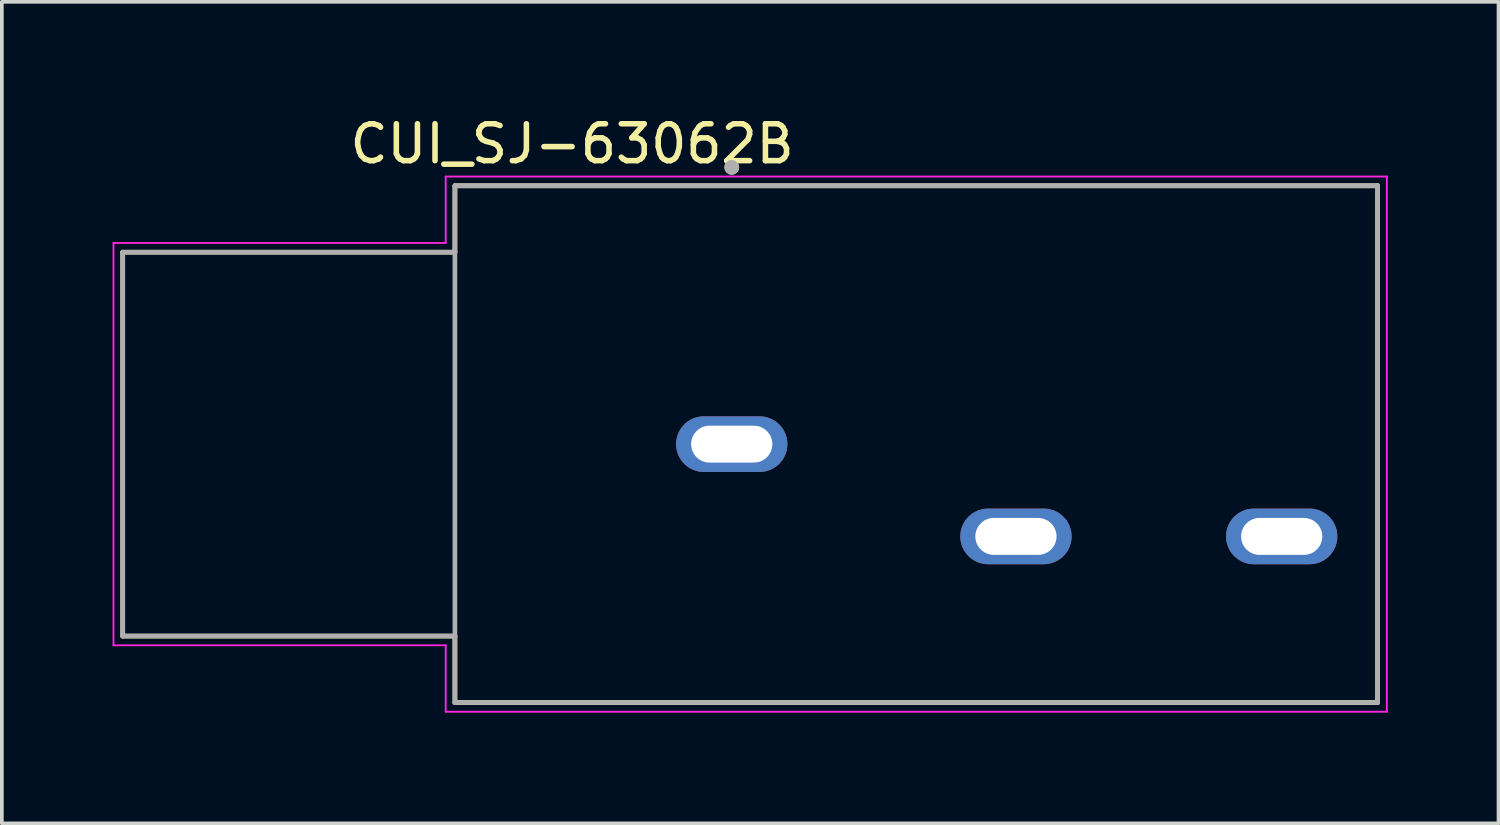
<source format=kicad_pcb>
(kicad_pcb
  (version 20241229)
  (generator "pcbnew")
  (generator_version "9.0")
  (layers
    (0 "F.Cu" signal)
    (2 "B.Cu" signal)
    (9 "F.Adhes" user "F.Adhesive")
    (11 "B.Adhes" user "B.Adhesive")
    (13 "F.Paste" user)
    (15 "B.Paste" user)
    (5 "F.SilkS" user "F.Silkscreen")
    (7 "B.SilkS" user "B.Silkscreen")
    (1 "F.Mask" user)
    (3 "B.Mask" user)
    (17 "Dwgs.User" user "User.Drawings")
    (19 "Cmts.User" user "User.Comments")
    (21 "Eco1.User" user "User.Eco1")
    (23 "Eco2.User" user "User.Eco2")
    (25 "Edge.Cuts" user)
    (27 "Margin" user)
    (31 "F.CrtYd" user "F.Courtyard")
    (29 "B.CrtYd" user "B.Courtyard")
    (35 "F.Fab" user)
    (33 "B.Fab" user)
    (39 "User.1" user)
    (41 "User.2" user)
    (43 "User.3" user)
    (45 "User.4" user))
  (footprint "CUI_SJ-63062B"
    (layer "F.Cu")
    (at 16.775 8.983)
    (property "Reference" "CUI_SJ-63062B" (at -4.325 -8.135 0) (layer "F.SilkS") (effects (font (size 1 1) (thickness 0.15))))
    (attr through_hole)
    (fp_line (start -16.5 -5.2) (end -16.5 5.2) (stroke (width 0.127) (type solid)) (layer "F.SilkS"))
    (fp_line (start -16.5 -5.2) (end -7.5 -5.2) (stroke (width 0.127) (type solid)) (layer "F.SilkS"))
    (fp_line (start -16.5 5.2) (end -7.5 5.2) (stroke (width 0.127) (type solid)) (layer "F.SilkS"))
    (fp_line (start -7.5 -7) (end 17.5 -7) (stroke (width 0.127) (type solid)) (layer "F.SilkS"))
    (fp_line (start -7.5 -5.2) (end -7.5 -7) (stroke (width 0.127) (type solid)) (layer "F.SilkS"))
    (fp_line (start -7.5 7) (end -7.5 5.2) (stroke (width 0.127) (type solid)) (layer "F.SilkS"))
    (fp_line (start 17.5 -7) (end 17.5 7) (stroke (width 0.127) (type solid)) (layer "F.SilkS"))
    (fp_line (start 17.5 7) (end -7.5 7) (stroke (width 0.127) (type solid)) (layer "F.SilkS"))
    (fp_circle (center 0 -7.5) (end 0.1 -7.5) (stroke (width 0.2) (type solid)) (fill no) (layer "F.SilkS"))
    (fp_line (start -16.75 -5.45) (end -16.75 5.45) (stroke (width 0.05) (type solid)) (layer "F.CrtYd"))
    (fp_line (start -16.75 -5.45) (end -7.75 -5.45) (stroke (width 0.05) (type solid)) (layer "F.CrtYd"))
    (fp_line (start -16.75 5.45) (end -7.75 5.45) (stroke (width 0.05) (type solid)) (layer "F.CrtYd"))
    (fp_line (start -7.75 -7.25) (end 17.75 -7.25) (stroke (width 0.05) (type solid)) (layer "F.CrtYd"))
    (fp_line (start -7.75 -5.45) (end -7.75 -7.25) (stroke (width 0.05) (type solid)) (layer "F.CrtYd"))
    (fp_line (start -7.75 7.25) (end -7.75 5.45) (stroke (width 0.05) (type solid)) (layer "F.CrtYd"))
    (fp_line (start 17.75 -7.25) (end 17.75 7.25) (stroke (width 0.05) (type solid)) (layer "F.CrtYd"))
    (fp_line (start 17.75 7.25) (end -7.75 7.25) (stroke (width 0.05) (type solid)) (layer "F.CrtYd"))
    (fp_line (start -16.5 -5.2) (end -16.5 5.2) (stroke (width 0.127) (type solid)) (layer "F.Fab"))
    (fp_line (start -16.5 -5.2) (end -7.5 -5.2) (stroke (width 0.127) (type solid)) (layer "F.Fab"))
    (fp_line (start -16.5 5.2) (end -7.5 5.2) (stroke (width 0.127) (type solid)) (layer "F.Fab"))
    (fp_line (start -7.5 -7) (end 17.5 -7) (stroke (width 0.127) (type solid)) (layer "F.Fab"))
    (fp_line (start -7.5 -5.2) (end -7.5 -7) (stroke (width 0.127) (type solid)) (layer "F.Fab"))
    (fp_line (start -7.5 5.2) (end -7.5 -5.2) (stroke (width 0.127) (type solid)) (layer "F.Fab"))
    (fp_line (start -7.5 7) (end -7.5 5.2) (stroke (width 0.127) (type solid)) (layer "F.Fab"))
    (fp_line (start 17.5 -7) (end 17.5 7) (stroke (width 0.127) (type solid)) (layer "F.Fab"))
    (fp_line (start 17.5 7) (end -7.5 7) (stroke (width 0.127) (type solid)) (layer "F.Fab"))
    (fp_circle (center 0 -7.5) (end 0.1 -7.5) (stroke (width 0.2) (type solid)) (fill no) (layer "F.Fab"))
    (pad "1" thru_hole oval (at 0 0) (size 3.016 1.508) (drill oval 2.2 1) (layers "*.Cu" "*.Mask"))
    (pad "2" thru_hole oval (at 14.9 2.5) (size 3.016 1.508) (drill oval 2.2 1) (layers "*.Cu" "*.Mask"))
    (pad "4" thru_hole oval (at 7.7 2.5) (size 3.016 1.508) (drill oval 2.2 1) (layers "*.Cu" "*.Mask")))
  (gr_rect
    (start -3 -3)
    (end 37.55 19.258)
    (stroke (width 0.1) (type default))
    (fill no)
    (layer "Edge.Cuts")))
</source>
